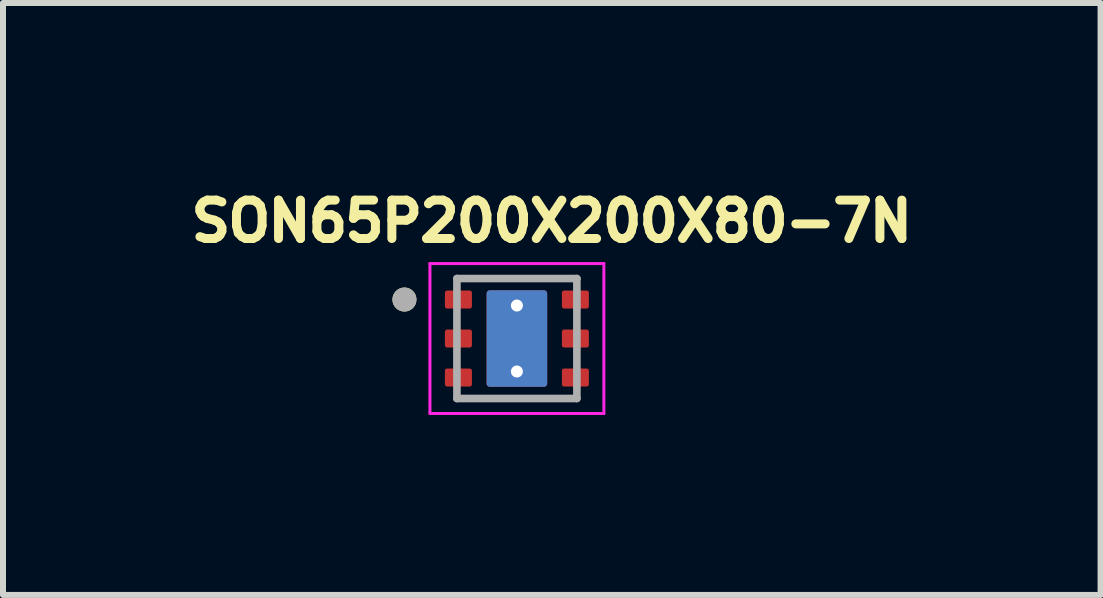
<source format=kicad_pcb>
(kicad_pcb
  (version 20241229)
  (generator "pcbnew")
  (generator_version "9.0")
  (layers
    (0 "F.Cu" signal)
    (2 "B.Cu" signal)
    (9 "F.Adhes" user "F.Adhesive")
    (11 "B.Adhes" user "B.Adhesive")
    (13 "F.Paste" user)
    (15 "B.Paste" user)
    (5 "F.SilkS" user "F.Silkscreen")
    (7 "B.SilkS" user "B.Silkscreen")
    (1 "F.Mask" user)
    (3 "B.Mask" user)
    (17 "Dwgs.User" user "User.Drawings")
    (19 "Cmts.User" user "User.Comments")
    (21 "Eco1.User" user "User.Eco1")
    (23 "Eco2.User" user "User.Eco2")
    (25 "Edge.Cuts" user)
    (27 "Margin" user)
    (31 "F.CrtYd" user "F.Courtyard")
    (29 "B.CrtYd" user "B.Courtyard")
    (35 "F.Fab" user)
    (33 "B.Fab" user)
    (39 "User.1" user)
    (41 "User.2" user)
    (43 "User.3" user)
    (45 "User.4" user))
  (footprint "SON65P200X200X80-7N"
    (layer "F.Cu")
    (at 5.568 2.594)
    (property "Reference" "SON65P200X200X80-7N" (at 0.582 -1.956 0) (layer "F.SilkS") (effects (font (size 0.64 0.64) (thickness 0.15))))
    (attr smd)
    (fp_poly (pts (xy -1.22 -0.87) (xy -0.73 -0.87) (xy -0.727 -0.87) (xy -0.725 -0.87) (xy -0.722 -0.869) (xy -0.72 -0.869) (xy -0.717 -0.868) (xy -0.715 -0.868) (xy -0.712 -0.867) (xy -0.71 -0.866) (xy -0.707 -0.865) (xy -0.705 -0.863) (xy -0.703 -0.862) (xy -0.701 -0.86) (xy -0.699 -0.859) (xy -0.697 -0.857) (xy -0.695 -0.855) (xy -0.693 -0.853) (xy -0.691 -0.851) (xy -0.69 -0.849) (xy -0.688 -0.847) (xy -0.687 -0.845) (xy -0.685 -0.843) (xy -0.684 -0.84) (xy -0.683 -0.838) (xy -0.682 -0.835) (xy -0.682 -0.833) (xy -0.681 -0.83) (xy -0.681 -0.828) (xy -0.68 -0.825) (xy -0.68 -0.823) (xy -0.68 -0.82) (xy -0.68 -0.48) (xy -0.68 -0.477) (xy -0.68 -0.475) (xy -0.681 -0.472) (xy -0.681 -0.47) (xy -0.682 -0.467) (xy -0.682 -0.465) (xy -0.683 -0.462) (xy -0.684 -0.46) (xy -0.685 -0.457) (xy -0.687 -0.455) (xy -0.688 -0.453) (xy -0.69 -0.451) (xy -0.691 -0.449) (xy -0.693 -0.447) (xy -0.695 -0.445) (xy -0.697 -0.443) (xy -0.699 -0.441) (xy -0.701 -0.44) (xy -0.703 -0.438) (xy -0.705 -0.437) (xy -0.707 -0.435) (xy -0.71 -0.434) (xy -0.712 -0.433) (xy -0.715 -0.432) (xy -0.717 -0.432) (xy -0.72 -0.431) (xy -0.722 -0.431) (xy -0.725 -0.43) (xy -0.727 -0.43) (xy -0.73 -0.43) (xy -1.22 -0.43) (xy -1.223 -0.43) (xy -1.225 -0.43) (xy -1.228 -0.431) (xy -1.23 -0.431) (xy -1.233 -0.432) (xy -1.235 -0.432) (xy -1.238 -0.433) (xy -1.24 -0.434) (xy -1.243 -0.435) (xy -1.245 -0.437) (xy -1.247 -0.438) (xy -1.249 -0.44) (xy -1.251 -0.441) (xy -1.253 -0.443) (xy -1.255 -0.445) (xy -1.257 -0.447) (xy -1.259 -0.449) (xy -1.26 -0.451) (xy -1.262 -0.453) (xy -1.263 -0.455) (xy -1.265 -0.457) (xy -1.266 -0.46) (xy -1.267 -0.462) (xy -1.268 -0.465) (xy -1.268 -0.467) (xy -1.269 -0.47) (xy -1.269 -0.472) (xy -1.27 -0.475) (xy -1.27 -0.477) (xy -1.27 -0.48) (xy -1.27 -0.82) (xy -1.27 -0.823) (xy -1.27 -0.825) (xy -1.269 -0.828) (xy -1.269 -0.83) (xy -1.268 -0.833) (xy -1.268 -0.835) (xy -1.267 -0.838) (xy -1.266 -0.84) (xy -1.265 -0.843) (xy -1.263 -0.845) (xy -1.262 -0.847) (xy -1.26 -0.849) (xy -1.259 -0.851) (xy -1.257 -0.853) (xy -1.255 -0.855) (xy -1.253 -0.857) (xy -1.251 -0.859) (xy -1.249 -0.86) (xy -1.247 -0.862) (xy -1.245 -0.863) (xy -1.243 -0.865) (xy -1.24 -0.866) (xy -1.238 -0.867) (xy -1.235 -0.868) (xy -1.233 -0.868) (xy -1.23 -0.869) (xy -1.228 -0.869) (xy -1.225 -0.87) (xy -1.223 -0.87) (xy -1.22 -0.87)) (stroke (width 0.01) (type solid)) (fill yes) (layer "F.Mask"))
    (fp_poly (pts (xy -1.22 -0.22) (xy -0.73 -0.22) (xy -0.727 -0.22) (xy -0.725 -0.22) (xy -0.722 -0.219) (xy -0.72 -0.219) (xy -0.717 -0.218) (xy -0.715 -0.218) (xy -0.712 -0.217) (xy -0.71 -0.216) (xy -0.707 -0.215) (xy -0.705 -0.213) (xy -0.703 -0.212) (xy -0.701 -0.21) (xy -0.699 -0.209) (xy -0.697 -0.207) (xy -0.695 -0.205) (xy -0.693 -0.203) (xy -0.691 -0.201) (xy -0.69 -0.199) (xy -0.688 -0.197) (xy -0.687 -0.195) (xy -0.685 -0.193) (xy -0.684 -0.19) (xy -0.683 -0.188) (xy -0.682 -0.185) (xy -0.682 -0.183) (xy -0.681 -0.18) (xy -0.681 -0.178) (xy -0.68 -0.175) (xy -0.68 -0.173) (xy -0.68 -0.17) (xy -0.68 0.17) (xy -0.68 0.173) (xy -0.68 0.175) (xy -0.681 0.178) (xy -0.681 0.18) (xy -0.682 0.183) (xy -0.682 0.185) (xy -0.683 0.188) (xy -0.684 0.19) (xy -0.685 0.193) (xy -0.687 0.195) (xy -0.688 0.197) (xy -0.69 0.199) (xy -0.691 0.201) (xy -0.693 0.203) (xy -0.695 0.205) (xy -0.697 0.207) (xy -0.699 0.209) (xy -0.701 0.21) (xy -0.703 0.212) (xy -0.705 0.213) (xy -0.707 0.215) (xy -0.71 0.216) (xy -0.712 0.217) (xy -0.715 0.218) (xy -0.717 0.218) (xy -0.72 0.219) (xy -0.722 0.219) (xy -0.725 0.22) (xy -0.727 0.22) (xy -0.73 0.22) (xy -1.22 0.22) (xy -1.223 0.22) (xy -1.225 0.22) (xy -1.228 0.219) (xy -1.23 0.219) (xy -1.233 0.218) (xy -1.235 0.218) (xy -1.238 0.217) (xy -1.24 0.216) (xy -1.243 0.215) (xy -1.245 0.213) (xy -1.247 0.212) (xy -1.249 0.21) (xy -1.251 0.209) (xy -1.253 0.207) (xy -1.255 0.205) (xy -1.257 0.203) (xy -1.259 0.201) (xy -1.26 0.199) (xy -1.262 0.197) (xy -1.263 0.195) (xy -1.265 0.193) (xy -1.266 0.19) (xy -1.267 0.188) (xy -1.268 0.185) (xy -1.268 0.183) (xy -1.269 0.18) (xy -1.269 0.178) (xy -1.27 0.175) (xy -1.27 0.173) (xy -1.27 0.17) (xy -1.27 -0.17) (xy -1.27 -0.173) (xy -1.27 -0.175) (xy -1.269 -0.178) (xy -1.269 -0.18) (xy -1.268 -0.183) (xy -1.268 -0.185) (xy -1.267 -0.188) (xy -1.266 -0.19) (xy -1.265 -0.193) (xy -1.263 -0.195) (xy -1.262 -0.197) (xy -1.26 -0.199) (xy -1.259 -0.201) (xy -1.257 -0.203) (xy -1.255 -0.205) (xy -1.253 -0.207) (xy -1.251 -0.209) (xy -1.249 -0.21) (xy -1.247 -0.212) (xy -1.245 -0.213) (xy -1.243 -0.215) (xy -1.24 -0.216) (xy -1.238 -0.217) (xy -1.235 -0.218) (xy -1.233 -0.218) (xy -1.23 -0.219) (xy -1.228 -0.219) (xy -1.225 -0.22) (xy -1.223 -0.22) (xy -1.22 -0.22)) (stroke (width 0.01) (type solid)) (fill yes) (layer "F.Mask"))
    (fp_poly (pts (xy -1.22 0.43) (xy -0.73 0.43) (xy -0.727 0.43) (xy -0.725 0.43) (xy -0.722 0.431) (xy -0.72 0.431) (xy -0.717 0.432) (xy -0.715 0.432) (xy -0.712 0.433) (xy -0.71 0.434) (xy -0.707 0.435) (xy -0.705 0.437) (xy -0.703 0.438) (xy -0.701 0.44) (xy -0.699 0.441) (xy -0.697 0.443) (xy -0.695 0.445) (xy -0.693 0.447) (xy -0.691 0.449) (xy -0.69 0.451) (xy -0.688 0.453) (xy -0.687 0.455) (xy -0.685 0.457) (xy -0.684 0.46) (xy -0.683 0.462) (xy -0.682 0.465) (xy -0.682 0.467) (xy -0.681 0.47) (xy -0.681 0.472) (xy -0.68 0.475) (xy -0.68 0.477) (xy -0.68 0.48) (xy -0.68 0.82) (xy -0.68 0.823) (xy -0.68 0.825) (xy -0.681 0.828) (xy -0.681 0.83) (xy -0.682 0.833) (xy -0.682 0.835) (xy -0.683 0.838) (xy -0.684 0.84) (xy -0.685 0.843) (xy -0.687 0.845) (xy -0.688 0.847) (xy -0.69 0.849) (xy -0.691 0.851) (xy -0.693 0.853) (xy -0.695 0.855) (xy -0.697 0.857) (xy -0.699 0.859) (xy -0.701 0.86) (xy -0.703 0.862) (xy -0.705 0.863) (xy -0.707 0.865) (xy -0.71 0.866) (xy -0.712 0.867) (xy -0.715 0.868) (xy -0.717 0.868) (xy -0.72 0.869) (xy -0.722 0.869) (xy -0.725 0.87) (xy -0.727 0.87) (xy -0.73 0.87) (xy -1.22 0.87) (xy -1.223 0.87) (xy -1.225 0.87) (xy -1.228 0.869) (xy -1.23 0.869) (xy -1.233 0.868) (xy -1.235 0.868) (xy -1.238 0.867) (xy -1.24 0.866) (xy -1.243 0.865) (xy -1.245 0.863) (xy -1.247 0.862) (xy -1.249 0.86) (xy -1.251 0.859) (xy -1.253 0.857) (xy -1.255 0.855) (xy -1.257 0.853) (xy -1.259 0.851) (xy -1.26 0.849) (xy -1.262 0.847) (xy -1.263 0.845) (xy -1.265 0.843) (xy -1.266 0.84) (xy -1.267 0.838) (xy -1.268 0.835) (xy -1.268 0.833) (xy -1.269 0.83) (xy -1.269 0.828) (xy -1.27 0.825) (xy -1.27 0.823) (xy -1.27 0.82) (xy -1.27 0.48) (xy -1.27 0.477) (xy -1.27 0.475) (xy -1.269 0.472) (xy -1.269 0.47) (xy -1.268 0.467) (xy -1.268 0.465) (xy -1.267 0.462) (xy -1.266 0.46) (xy -1.265 0.457) (xy -1.263 0.455) (xy -1.262 0.453) (xy -1.26 0.451) (xy -1.259 0.449) (xy -1.257 0.447) (xy -1.255 0.445) (xy -1.253 0.443) (xy -1.251 0.441) (xy -1.249 0.44) (xy -1.247 0.438) (xy -1.245 0.437) (xy -1.243 0.435) (xy -1.24 0.434) (xy -1.238 0.433) (xy -1.235 0.432) (xy -1.233 0.432) (xy -1.23 0.431) (xy -1.228 0.431) (xy -1.225 0.43) (xy -1.223 0.43) (xy -1.22 0.43)) (stroke (width 0.01) (type solid)) (fill yes) (layer "F.Mask"))
    (fp_poly (pts (xy 0.57 -0.75) (xy 0.57 0.75) (xy 0.57 0.756) (xy 0.569 0.763) (xy 0.569 0.769) (xy 0.567 0.775) (xy 0.566 0.781) (xy 0.564 0.787) (xy 0.562 0.793) (xy 0.56 0.799) (xy 0.557 0.804) (xy 0.554 0.81) (xy 0.551 0.815) (xy 0.547 0.821) (xy 0.543 0.826) (xy 0.539 0.83) (xy 0.535 0.835) (xy 0.53 0.839) (xy 0.526 0.843) (xy 0.521 0.847) (xy 0.515 0.851) (xy 0.51 0.854) (xy 0.504 0.857) (xy 0.499 0.86) (xy 0.493 0.862) (xy 0.487 0.864) (xy 0.481 0.866) (xy 0.475 0.867) (xy 0.469 0.869) (xy 0.463 0.869) (xy 0.456 0.87) (xy 0.45 0.87) (xy -0.45 0.87) (xy -0.456 0.87) (xy -0.463 0.869) (xy -0.469 0.869) (xy -0.475 0.867) (xy -0.481 0.866) (xy -0.487 0.864) (xy -0.493 0.862) (xy -0.499 0.86) (xy -0.504 0.857) (xy -0.51 0.854) (xy -0.515 0.851) (xy -0.521 0.847) (xy -0.526 0.843) (xy -0.53 0.839) (xy -0.535 0.835) (xy -0.539 0.83) (xy -0.543 0.826) (xy -0.547 0.821) (xy -0.551 0.815) (xy -0.554 0.81) (xy -0.557 0.804) (xy -0.56 0.799) (xy -0.562 0.793) (xy -0.564 0.787) (xy -0.566 0.781) (xy -0.567 0.775) (xy -0.569 0.769) (xy -0.569 0.763) (xy -0.57 0.756) (xy -0.57 0.75) (xy -0.57 -0.75) (xy -0.57 -0.756) (xy -0.569 -0.763) (xy -0.569 -0.769) (xy -0.567 -0.775) (xy -0.566 -0.781) (xy -0.564 -0.787) (xy -0.562 -0.793) (xy -0.56 -0.799) (xy -0.557 -0.804) (xy -0.554 -0.81) (xy -0.551 -0.815) (xy -0.547 -0.821) (xy -0.543 -0.826) (xy -0.539 -0.83) (xy -0.535 -0.835) (xy -0.53 -0.839) (xy -0.526 -0.843) (xy -0.521 -0.847) (xy -0.515 -0.851) (xy -0.51 -0.854) (xy -0.504 -0.857) (xy -0.499 -0.86) (xy -0.493 -0.862) (xy -0.487 -0.864) (xy -0.481 -0.866) (xy -0.475 -0.867) (xy -0.469 -0.869) (xy -0.463 -0.869) (xy -0.456 -0.87) (xy -0.45 -0.87) (xy 0.45 -0.87) (xy 0.456 -0.87) (xy 0.463 -0.869) (xy 0.469 -0.869) (xy 0.475 -0.867) (xy 0.481 -0.866) (xy 0.487 -0.864) (xy 0.493 -0.862) (xy 0.499 -0.86) (xy 0.504 -0.857) (xy 0.51 -0.854) (xy 0.515 -0.851) (xy 0.521 -0.847) (xy 0.526 -0.843) (xy 0.53 -0.839) (xy 0.535 -0.835) (xy 0.539 -0.83) (xy 0.543 -0.826) (xy 0.547 -0.821) (xy 0.551 -0.815) (xy 0.554 -0.81) (xy 0.557 -0.804) (xy 0.56 -0.799) (xy 0.562 -0.793) (xy 0.564 -0.787) (xy 0.566 -0.781) (xy 0.567 -0.775) (xy 0.569 -0.769) (xy 0.569 -0.763) (xy 0.57 -0.756) (xy 0.57 -0.75)) (stroke (width 0.01) (type solid)) (fill yes) (layer "F.Mask"))
    (fp_poly (pts (xy 0.73 -0.87) (xy 1.22 -0.87) (xy 1.223 -0.87) (xy 1.225 -0.87) (xy 1.228 -0.869) (xy 1.23 -0.869) (xy 1.233 -0.868) (xy 1.235 -0.868) (xy 1.238 -0.867) (xy 1.24 -0.866) (xy 1.243 -0.865) (xy 1.245 -0.863) (xy 1.247 -0.862) (xy 1.249 -0.86) (xy 1.251 -0.859) (xy 1.253 -0.857) (xy 1.255 -0.855) (xy 1.257 -0.853) (xy 1.259 -0.851) (xy 1.26 -0.849) (xy 1.262 -0.847) (xy 1.263 -0.845) (xy 1.265 -0.843) (xy 1.266 -0.84) (xy 1.267 -0.838) (xy 1.268 -0.835) (xy 1.268 -0.833) (xy 1.269 -0.83) (xy 1.269 -0.828) (xy 1.27 -0.825) (xy 1.27 -0.823) (xy 1.27 -0.82) (xy 1.27 -0.48) (xy 1.27 -0.477) (xy 1.27 -0.475) (xy 1.269 -0.472) (xy 1.269 -0.47) (xy 1.268 -0.467) (xy 1.268 -0.465) (xy 1.267 -0.462) (xy 1.266 -0.46) (xy 1.265 -0.457) (xy 1.263 -0.455) (xy 1.262 -0.453) (xy 1.26 -0.451) (xy 1.259 -0.449) (xy 1.257 -0.447) (xy 1.255 -0.445) (xy 1.253 -0.443) (xy 1.251 -0.441) (xy 1.249 -0.44) (xy 1.247 -0.438) (xy 1.245 -0.437) (xy 1.243 -0.435) (xy 1.24 -0.434) (xy 1.238 -0.433) (xy 1.235 -0.432) (xy 1.233 -0.432) (xy 1.23 -0.431) (xy 1.228 -0.431) (xy 1.225 -0.43) (xy 1.223 -0.43) (xy 1.22 -0.43) (xy 0.73 -0.43) (xy 0.727 -0.43) (xy 0.725 -0.43) (xy 0.722 -0.431) (xy 0.72 -0.431) (xy 0.717 -0.432) (xy 0.715 -0.432) (xy 0.712 -0.433) (xy 0.71 -0.434) (xy 0.707 -0.435) (xy 0.705 -0.437) (xy 0.703 -0.438) (xy 0.701 -0.44) (xy 0.699 -0.441) (xy 0.697 -0.443) (xy 0.695 -0.445) (xy 0.693 -0.447) (xy 0.691 -0.449) (xy 0.69 -0.451) (xy 0.688 -0.453) (xy 0.687 -0.455) (xy 0.685 -0.457) (xy 0.684 -0.46) (xy 0.683 -0.462) (xy 0.682 -0.465) (xy 0.682 -0.467) (xy 0.681 -0.47) (xy 0.681 -0.472) (xy 0.68 -0.475) (xy 0.68 -0.477) (xy 0.68 -0.48) (xy 0.68 -0.82) (xy 0.68 -0.823) (xy 0.68 -0.825) (xy 0.681 -0.828) (xy 0.681 -0.83) (xy 0.682 -0.833) (xy 0.682 -0.835) (xy 0.683 -0.838) (xy 0.684 -0.84) (xy 0.685 -0.843) (xy 0.687 -0.845) (xy 0.688 -0.847) (xy 0.69 -0.849) (xy 0.691 -0.851) (xy 0.693 -0.853) (xy 0.695 -0.855) (xy 0.697 -0.857) (xy 0.699 -0.859) (xy 0.701 -0.86) (xy 0.703 -0.862) (xy 0.705 -0.863) (xy 0.707 -0.865) (xy 0.71 -0.866) (xy 0.712 -0.867) (xy 0.715 -0.868) (xy 0.717 -0.868) (xy 0.72 -0.869) (xy 0.722 -0.869) (xy 0.725 -0.87) (xy 0.727 -0.87) (xy 0.73 -0.87)) (stroke (width 0.01) (type solid)) (fill yes) (layer "F.Mask"))
    (fp_poly (pts (xy 0.73 -0.22) (xy 1.22 -0.22) (xy 1.223 -0.22) (xy 1.225 -0.22) (xy 1.228 -0.219) (xy 1.23 -0.219) (xy 1.233 -0.218) (xy 1.235 -0.218) (xy 1.238 -0.217) (xy 1.24 -0.216) (xy 1.243 -0.215) (xy 1.245 -0.213) (xy 1.247 -0.212) (xy 1.249 -0.21) (xy 1.251 -0.209) (xy 1.253 -0.207) (xy 1.255 -0.205) (xy 1.257 -0.203) (xy 1.259 -0.201) (xy 1.26 -0.199) (xy 1.262 -0.197) (xy 1.263 -0.195) (xy 1.265 -0.193) (xy 1.266 -0.19) (xy 1.267 -0.188) (xy 1.268 -0.185) (xy 1.268 -0.183) (xy 1.269 -0.18) (xy 1.269 -0.178) (xy 1.27 -0.175) (xy 1.27 -0.173) (xy 1.27 -0.17) (xy 1.27 0.17) (xy 1.27 0.173) (xy 1.27 0.175) (xy 1.269 0.178) (xy 1.269 0.18) (xy 1.268 0.183) (xy 1.268 0.185) (xy 1.267 0.188) (xy 1.266 0.19) (xy 1.265 0.193) (xy 1.263 0.195) (xy 1.262 0.197) (xy 1.26 0.199) (xy 1.259 0.201) (xy 1.257 0.203) (xy 1.255 0.205) (xy 1.253 0.207) (xy 1.251 0.209) (xy 1.249 0.21) (xy 1.247 0.212) (xy 1.245 0.213) (xy 1.243 0.215) (xy 1.24 0.216) (xy 1.238 0.217) (xy 1.235 0.218) (xy 1.233 0.218) (xy 1.23 0.219) (xy 1.228 0.219) (xy 1.225 0.22) (xy 1.223 0.22) (xy 1.22 0.22) (xy 0.73 0.22) (xy 0.727 0.22) (xy 0.725 0.22) (xy 0.722 0.219) (xy 0.72 0.219) (xy 0.717 0.218) (xy 0.715 0.218) (xy 0.712 0.217) (xy 0.71 0.216) (xy 0.707 0.215) (xy 0.705 0.213) (xy 0.703 0.212) (xy 0.701 0.21) (xy 0.699 0.209) (xy 0.697 0.207) (xy 0.695 0.205) (xy 0.693 0.203) (xy 0.691 0.201) (xy 0.69 0.199) (xy 0.688 0.197) (xy 0.687 0.195) (xy 0.685 0.193) (xy 0.684 0.19) (xy 0.683 0.188) (xy 0.682 0.185) (xy 0.682 0.183) (xy 0.681 0.18) (xy 0.681 0.178) (xy 0.68 0.175) (xy 0.68 0.173) (xy 0.68 0.17) (xy 0.68 -0.17) (xy 0.68 -0.173) (xy 0.68 -0.175) (xy 0.681 -0.178) (xy 0.681 -0.18) (xy 0.682 -0.183) (xy 0.682 -0.185) (xy 0.683 -0.188) (xy 0.684 -0.19) (xy 0.685 -0.193) (xy 0.687 -0.195) (xy 0.688 -0.197) (xy 0.69 -0.199) (xy 0.691 -0.201) (xy 0.693 -0.203) (xy 0.695 -0.205) (xy 0.697 -0.207) (xy 0.699 -0.209) (xy 0.701 -0.21) (xy 0.703 -0.212) (xy 0.705 -0.213) (xy 0.707 -0.215) (xy 0.71 -0.216) (xy 0.712 -0.217) (xy 0.715 -0.218) (xy 0.717 -0.218) (xy 0.72 -0.219) (xy 0.722 -0.219) (xy 0.725 -0.22) (xy 0.727 -0.22) (xy 0.73 -0.22)) (stroke (width 0.01) (type solid)) (fill yes) (layer "F.Mask"))
    (fp_poly (pts (xy 0.73 0.43) (xy 1.22 0.43) (xy 1.223 0.43) (xy 1.225 0.43) (xy 1.228 0.431) (xy 1.23 0.431) (xy 1.233 0.432) (xy 1.235 0.432) (xy 1.238 0.433) (xy 1.24 0.434) (xy 1.243 0.435) (xy 1.245 0.437) (xy 1.247 0.438) (xy 1.249 0.44) (xy 1.251 0.441) (xy 1.253 0.443) (xy 1.255 0.445) (xy 1.257 0.447) (xy 1.259 0.449) (xy 1.26 0.451) (xy 1.262 0.453) (xy 1.263 0.455) (xy 1.265 0.457) (xy 1.266 0.46) (xy 1.267 0.462) (xy 1.268 0.465) (xy 1.268 0.467) (xy 1.269 0.47) (xy 1.269 0.472) (xy 1.27 0.475) (xy 1.27 0.477) (xy 1.27 0.48) (xy 1.27 0.82) (xy 1.27 0.823) (xy 1.27 0.825) (xy 1.269 0.828) (xy 1.269 0.83) (xy 1.268 0.833) (xy 1.268 0.835) (xy 1.267 0.838) (xy 1.266 0.84) (xy 1.265 0.843) (xy 1.263 0.845) (xy 1.262 0.847) (xy 1.26 0.849) (xy 1.259 0.851) (xy 1.257 0.853) (xy 1.255 0.855) (xy 1.253 0.857) (xy 1.251 0.859) (xy 1.249 0.86) (xy 1.247 0.862) (xy 1.245 0.863) (xy 1.243 0.865) (xy 1.24 0.866) (xy 1.238 0.867) (xy 1.235 0.868) (xy 1.233 0.868) (xy 1.23 0.869) (xy 1.228 0.869) (xy 1.225 0.87) (xy 1.223 0.87) (xy 1.22 0.87) (xy 0.73 0.87) (xy 0.727 0.87) (xy 0.725 0.87) (xy 0.722 0.869) (xy 0.72 0.869) (xy 0.717 0.868) (xy 0.715 0.868) (xy 0.712 0.867) (xy 0.71 0.866) (xy 0.707 0.865) (xy 0.705 0.863) (xy 0.703 0.862) (xy 0.701 0.86) (xy 0.699 0.859) (xy 0.697 0.857) (xy 0.695 0.855) (xy 0.693 0.853) (xy 0.691 0.851) (xy 0.69 0.849) (xy 0.688 0.847) (xy 0.687 0.845) (xy 0.685 0.843) (xy 0.684 0.84) (xy 0.683 0.838) (xy 0.682 0.835) (xy 0.682 0.833) (xy 0.681 0.83) (xy 0.681 0.828) (xy 0.68 0.825) (xy 0.68 0.823) (xy 0.68 0.82) (xy 0.68 0.48) (xy 0.68 0.477) (xy 0.68 0.475) (xy 0.681 0.472) (xy 0.681 0.47) (xy 0.682 0.467) (xy 0.682 0.465) (xy 0.683 0.462) (xy 0.684 0.46) (xy 0.685 0.457) (xy 0.687 0.455) (xy 0.688 0.453) (xy 0.69 0.451) (xy 0.691 0.449) (xy 0.693 0.447) (xy 0.695 0.445) (xy 0.697 0.443) (xy 0.699 0.441) (xy 0.701 0.44) (xy 0.703 0.438) (xy 0.705 0.437) (xy 0.707 0.435) (xy 0.71 0.434) (xy 0.712 0.433) (xy 0.715 0.432) (xy 0.717 0.432) (xy 0.72 0.431) (xy 0.722 0.431) (xy 0.725 0.43) (xy 0.727 0.43) (xy 0.73 0.43)) (stroke (width 0.01) (type solid)) (fill yes) (layer "F.Mask"))
    (fp_circle (center -1.875 -0.65) (end -1.775 -0.65) (stroke (width 0.2) (type solid)) (fill no) (layer "F.SilkS"))
    (fp_poly (pts (xy -0.5 -0.15) (xy -0.5 -0.75) (xy -0.5 -0.753) (xy -0.5 -0.755) (xy -0.499 -0.758) (xy -0.499 -0.76) (xy -0.498 -0.763) (xy -0.498 -0.765) (xy -0.497 -0.768) (xy -0.496 -0.77) (xy -0.495 -0.773) (xy -0.493 -0.775) (xy -0.492 -0.777) (xy -0.49 -0.779) (xy -0.489 -0.781) (xy -0.487 -0.783) (xy -0.485 -0.785) (xy -0.483 -0.787) (xy -0.481 -0.789) (xy -0.479 -0.79) (xy -0.477 -0.792) (xy -0.475 -0.793) (xy -0.473 -0.795) (xy -0.47 -0.796) (xy -0.468 -0.797) (xy -0.465 -0.798) (xy -0.463 -0.798) (xy -0.46 -0.799) (xy -0.458 -0.799) (xy -0.455 -0.8) (xy -0.453 -0.8) (xy -0.45 -0.8) (xy 0.45 -0.8) (xy 0.453 -0.8) (xy 0.455 -0.8) (xy 0.458 -0.799) (xy 0.46 -0.799) (xy 0.463 -0.798) (xy 0.465 -0.798) (xy 0.468 -0.797) (xy 0.47 -0.796) (xy 0.473 -0.795) (xy 0.475 -0.793) (xy 0.477 -0.792) (xy 0.479 -0.79) (xy 0.481 -0.789) (xy 0.483 -0.787) (xy 0.485 -0.785) (xy 0.487 -0.783) (xy 0.489 -0.781) (xy 0.49 -0.779) (xy 0.492 -0.777) (xy 0.493 -0.775) (xy 0.495 -0.773) (xy 0.496 -0.77) (xy 0.497 -0.768) (xy 0.498 -0.765) (xy 0.498 -0.763) (xy 0.499 -0.76) (xy 0.499 -0.758) (xy 0.5 -0.755) (xy 0.5 -0.753) (xy 0.5 -0.75) (xy 0.5 -0.15) (xy 0.5 -0.147) (xy 0.5 -0.145) (xy 0.499 -0.142) (xy 0.499 -0.14) (xy 0.498 -0.137) (xy 0.498 -0.135) (xy 0.497 -0.132) (xy 0.496 -0.13) (xy 0.495 -0.127) (xy 0.493 -0.125) (xy 0.492 -0.123) (xy 0.49 -0.121) (xy 0.489 -0.119) (xy 0.487 -0.117) (xy 0.485 -0.115) (xy 0.483 -0.113) (xy 0.481 -0.111) (xy 0.479 -0.11) (xy 0.477 -0.108) (xy 0.475 -0.107) (xy 0.473 -0.105) (xy 0.47 -0.104) (xy 0.468 -0.103) (xy 0.465 -0.102) (xy 0.463 -0.102) (xy 0.46 -0.101) (xy 0.458 -0.101) (xy 0.455 -0.1) (xy 0.453 -0.1) (xy 0.45 -0.1) (xy -0.45 -0.1) (xy -0.453 -0.1) (xy -0.455 -0.1) (xy -0.458 -0.101) (xy -0.46 -0.101) (xy -0.463 -0.102) (xy -0.465 -0.102) (xy -0.468 -0.103) (xy -0.47 -0.104) (xy -0.473 -0.105) (xy -0.475 -0.107) (xy -0.477 -0.108) (xy -0.479 -0.11) (xy -0.481 -0.111) (xy -0.483 -0.113) (xy -0.485 -0.115) (xy -0.487 -0.117) (xy -0.489 -0.119) (xy -0.49 -0.121) (xy -0.492 -0.123) (xy -0.493 -0.125) (xy -0.495 -0.127) (xy -0.496 -0.13) (xy -0.497 -0.132) (xy -0.498 -0.135) (xy -0.498 -0.137) (xy -0.499 -0.14) (xy -0.499 -0.142) (xy -0.5 -0.145) (xy -0.5 -0.147) (xy -0.5 -0.15)) (stroke (width 0.01) (type solid)) (fill yes) (layer "F.Paste"))
    (fp_poly (pts (xy -0.5 0.75) (xy -0.5 0.15) (xy -0.5 0.147) (xy -0.5 0.145) (xy -0.499 0.142) (xy -0.499 0.14) (xy -0.498 0.137) (xy -0.498 0.135) (xy -0.497 0.132) (xy -0.496 0.13) (xy -0.495 0.127) (xy -0.493 0.125) (xy -0.492 0.123) (xy -0.49 0.121) (xy -0.489 0.119) (xy -0.487 0.117) (xy -0.485 0.115) (xy -0.483 0.113) (xy -0.481 0.111) (xy -0.479 0.11) (xy -0.477 0.108) (xy -0.475 0.107) (xy -0.473 0.105) (xy -0.47 0.104) (xy -0.468 0.103) (xy -0.465 0.102) (xy -0.463 0.102) (xy -0.46 0.101) (xy -0.458 0.101) (xy -0.455 0.1) (xy -0.453 0.1) (xy -0.45 0.1) (xy 0.45 0.1) (xy 0.453 0.1) (xy 0.455 0.1) (xy 0.458 0.101) (xy 0.46 0.101) (xy 0.463 0.102) (xy 0.465 0.102) (xy 0.468 0.103) (xy 0.47 0.104) (xy 0.473 0.105) (xy 0.475 0.107) (xy 0.477 0.108) (xy 0.479 0.11) (xy 0.481 0.111) (xy 0.483 0.113) (xy 0.485 0.115) (xy 0.487 0.117) (xy 0.489 0.119) (xy 0.49 0.121) (xy 0.492 0.123) (xy 0.493 0.125) (xy 0.495 0.127) (xy 0.496 0.13) (xy 0.497 0.132) (xy 0.498 0.135) (xy 0.498 0.137) (xy 0.499 0.14) (xy 0.499 0.142) (xy 0.5 0.145) (xy 0.5 0.147) (xy 0.5 0.15) (xy 0.5 0.75) (xy 0.5 0.753) (xy 0.5 0.755) (xy 0.499 0.758) (xy 0.499 0.76) (xy 0.498 0.763) (xy 0.498 0.765) (xy 0.497 0.768) (xy 0.496 0.77) (xy 0.495 0.773) (xy 0.493 0.775) (xy 0.492 0.777) (xy 0.49 0.779) (xy 0.489 0.781) (xy 0.487 0.783) (xy 0.485 0.785) (xy 0.483 0.787) (xy 0.481 0.789) (xy 0.479 0.79) (xy 0.477 0.792) (xy 0.475 0.793) (xy 0.473 0.795) (xy 0.47 0.796) (xy 0.468 0.797) (xy 0.465 0.798) (xy 0.463 0.798) (xy 0.46 0.799) (xy 0.458 0.799) (xy 0.455 0.8) (xy 0.453 0.8) (xy 0.45 0.8) (xy -0.45 0.8) (xy -0.453 0.8) (xy -0.455 0.8) (xy -0.458 0.799) (xy -0.46 0.799) (xy -0.463 0.798) (xy -0.465 0.798) (xy -0.468 0.797) (xy -0.47 0.796) (xy -0.473 0.795) (xy -0.475 0.793) (xy -0.477 0.792) (xy -0.479 0.79) (xy -0.481 0.789) (xy -0.483 0.787) (xy -0.485 0.785) (xy -0.487 0.783) (xy -0.489 0.781) (xy -0.49 0.779) (xy -0.492 0.777) (xy -0.493 0.775) (xy -0.495 0.773) (xy -0.496 0.77) (xy -0.497 0.768) (xy -0.498 0.765) (xy -0.498 0.763) (xy -0.499 0.76) (xy -0.499 0.758) (xy -0.5 0.755) (xy -0.5 0.753) (xy -0.5 0.75)) (stroke (width 0.01) (type solid)) (fill yes) (layer "F.Paste"))
    (fp_line (start -1.45 -1.25) (end -1.45 1.25) (stroke (width 0.05) (type solid)) (layer "F.CrtYd"))
    (fp_line (start -1.45 1.25) (end 1.45 1.25) (stroke (width 0.05) (type solid)) (layer "F.CrtYd"))
    (fp_line (start 1.45 -1.25) (end -1.45 -1.25) (stroke (width 0.05) (type solid)) (layer "F.CrtYd"))
    (fp_line (start 1.45 1.25) (end 1.45 -1.25) (stroke (width 0.05) (type solid)) (layer "F.CrtYd"))
    (fp_line (start -1 -1) (end -1 1) (stroke (width 0.127) (type solid)) (layer "F.Fab"))
    (fp_line (start -1 -1) (end 1 -1) (stroke (width 0.127) (type solid)) (layer "F.Fab"))
    (fp_line (start -1 1) (end 1 1) (stroke (width 0.127) (type solid)) (layer "F.Fab"))
    (fp_line (start 1 -1) (end 1 1) (stroke (width 0.127) (type solid)) (layer "F.Fab"))
    (fp_circle (center -1.875 -0.65) (end -1.775 -0.65) (stroke (width 0.2) (type solid)) (fill no) (layer "F.Fab"))
    (pad "1" smd roundrect (at -0.975 -0.65) (size 0.45 0.3) (layers "F.Cu" "F.Paste") (roundrect_rratio 0.125))
    (pad "2" smd roundrect (at -0.975 0) (size 0.45 0.3) (layers "F.Cu" "F.Paste") (roundrect_rratio 0.125))
    (pad "3" smd roundrect (at -0.975 0.65) (size 0.45 0.3) (layers "F.Cu" "F.Paste") (roundrect_rratio 0.125))
    (pad "4" smd roundrect (at 0.975 0.65) (size 0.45 0.3) (layers "F.Cu" "F.Paste") (roundrect_rratio 0.125))
    (pad "5" smd roundrect (at 0.975 0) (size 0.45 0.3) (layers "F.Cu" "F.Paste") (roundrect_rratio 0.125))
    (pad "6" smd roundrect (at 0.975 -0.65) (size 0.45 0.3) (layers "F.Cu" "F.Paste") (roundrect_rratio 0.125))
    (pad "7" smd rect (at 0 0) (size 0.5 0.5) (layers "F.Cu"))
    (pad "8" thru_hole custom (at 0 0.55) (size 0.3 0.3) (drill 0.2) (layers "*.Cu") (options (anchor circle)) (primitives (gr_poly (pts (xy 0.5 -1.3) (xy 0.5 0.2) (xy 0.5 0.203) (xy 0.5 0.205) (xy 0.499 0.208) (xy 0.499 0.21) (xy 0.498 0.213) (xy 0.498 0.215) (xy 0.497 0.218) (xy 0.496 0.22) (xy 0.495 0.223) (xy 0.493 0.225) (xy 0.492 0.227) (xy 0.49 0.229) (xy 0.489 0.231) (xy 0.487 0.233) (xy 0.485 0.235) (xy 0.483 0.237) (xy 0.481 0.239) (xy 0.479 0.24) (xy 0.477 0.242) (xy 0.475 0.243) (xy 0.473 0.245) (xy 0.47 0.246) (xy 0.468 0.247) (xy 0.465 0.248) (xy 0.463 0.248) (xy 0.46 0.249) (xy 0.458 0.249) (xy 0.455 0.25) (xy 0.453 0.25) (xy 0.45 0.25) (xy -0.45 0.25) (xy -0.453 0.25) (xy -0.455 0.25) (xy -0.458 0.249) (xy -0.46 0.249) (xy -0.463 0.248) (xy -0.465 0.248) (xy -0.468 0.247) (xy -0.47 0.246) (xy -0.473 0.245) (xy -0.475 0.243) (xy -0.477 0.242) (xy -0.479 0.24) (xy -0.481 0.239) (xy -0.483 0.237) (xy -0.485 0.235) (xy -0.487 0.233) (xy -0.489 0.231) (xy -0.49 0.229) (xy -0.492 0.227) (xy -0.493 0.225) (xy -0.495 0.223) (xy -0.496 0.22) (xy -0.497 0.218) (xy -0.498 0.215) (xy -0.498 0.213) (xy -0.499 0.21) (xy -0.499 0.208) (xy -0.5 0.205) (xy -0.5 0.203) (xy -0.5 0.2) (xy -0.5 -1.3) (xy -0.5 -1.303) (xy -0.5 -1.305) (xy -0.499 -1.308) (xy -0.499 -1.31) (xy -0.498 -1.313) (xy -0.498 -1.315) (xy -0.497 -1.318) (xy -0.496 -1.32) (xy -0.495 -1.323) (xy -0.493 -1.325) (xy -0.492 -1.327) (xy -0.49 -1.329) (xy -0.489 -1.331) (xy -0.487 -1.333) (xy -0.485 -1.335) (xy -0.483 -1.337) (xy -0.481 -1.339) (xy -0.479 -1.34) (xy -0.477 -1.342) (xy -0.475 -1.343) (xy -0.473 -1.345) (xy -0.47 -1.346) (xy -0.468 -1.347) (xy -0.465 -1.348) (xy -0.463 -1.348) (xy -0.46 -1.349) (xy -0.458 -1.349) (xy -0.455 -1.35) (xy -0.453 -1.35) (xy -0.45 -1.35) (xy 0.45 -1.35) (xy 0.453 -1.35) (xy 0.455 -1.35) (xy 0.458 -1.349) (xy 0.46 -1.349) (xy 0.463 -1.348) (xy 0.465 -1.348) (xy 0.468 -1.347) (xy 0.47 -1.346) (xy 0.473 -1.345) (xy 0.475 -1.343) (xy 0.477 -1.342) (xy 0.479 -1.34) (xy 0.481 -1.339) (xy 0.483 -1.337) (xy 0.485 -1.335) (xy 0.487 -1.333) (xy 0.489 -1.331) (xy 0.49 -1.329) (xy 0.492 -1.327) (xy 0.493 -1.325) (xy 0.495 -1.323) (xy 0.496 -1.32) (xy 0.497 -1.318) (xy 0.498 -1.315) (xy 0.498 -1.313) (xy 0.499 -1.31) (xy 0.499 -1.308) (xy 0.5 -1.305) (xy 0.5 -1.303) (xy 0.5 -1.3)) (width 0.01) (fill yes))))
    (pad "9" thru_hole circle (at 0 -0.55) (size 0.3 0.3) (drill 0.2) (layers "*.Cu")))
  (gr_rect
    (start -3 -3)
    (end 15.299 6.869)
    (stroke (width 0.1) (type default))
    (fill no)
    (layer "Edge.Cuts")))
</source>
